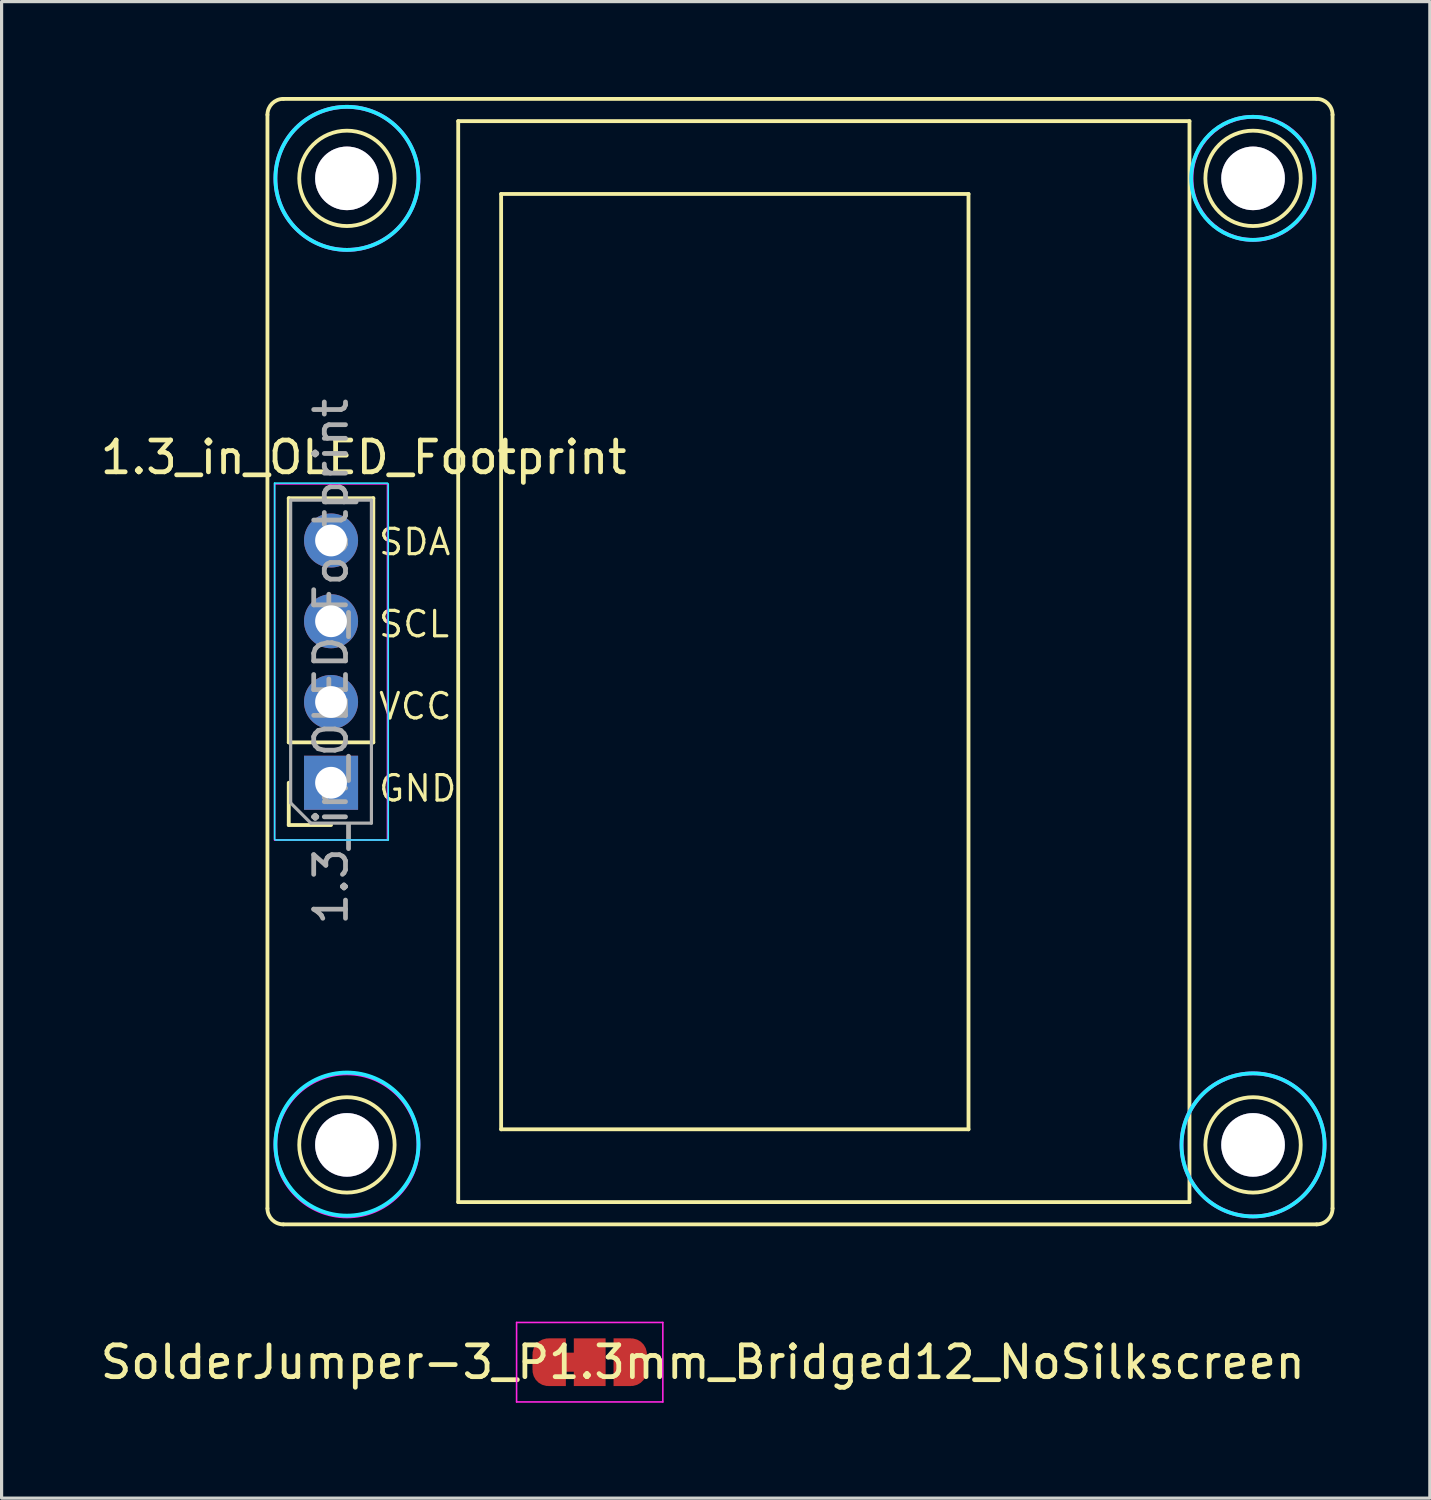
<source format=kicad_pcb>
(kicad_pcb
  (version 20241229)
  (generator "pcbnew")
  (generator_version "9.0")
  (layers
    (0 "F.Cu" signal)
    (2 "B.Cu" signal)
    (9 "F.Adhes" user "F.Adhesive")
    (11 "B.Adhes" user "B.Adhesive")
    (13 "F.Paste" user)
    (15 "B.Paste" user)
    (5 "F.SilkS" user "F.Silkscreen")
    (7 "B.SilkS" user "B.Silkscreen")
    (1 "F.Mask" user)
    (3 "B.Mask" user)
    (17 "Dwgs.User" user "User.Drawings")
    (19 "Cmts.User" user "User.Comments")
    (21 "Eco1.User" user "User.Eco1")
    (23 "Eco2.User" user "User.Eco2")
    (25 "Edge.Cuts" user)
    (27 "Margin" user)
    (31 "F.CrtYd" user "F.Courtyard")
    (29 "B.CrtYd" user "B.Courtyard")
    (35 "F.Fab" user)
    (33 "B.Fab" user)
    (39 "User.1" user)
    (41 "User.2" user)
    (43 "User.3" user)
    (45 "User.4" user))
  (footprint "SolderJumper-3_P1.3mm_Bridged12_NoSilkscreen"
    (layer "F.Cu")
    (at 15.498 39.795)
    (property "Reference" "SolderJumper-3_P1.3mm_Bridged12_NoSilkscreen" (at 3.556 0 0) (layer "F.SilkS") (effects (font (size 1 1) (thickness 0.15))))
    (attr exclude_from_pos_files exclude_from_bom)
    (fp_poly (pts (xy -0.9 -0.3) (xy -0.4 -0.3) (xy -0.4 0.3) (xy -0.9 0.3)) (stroke (width 0) (type solid)) (fill yes) (layer "F.Cu"))
    (fp_line (start -2.3 -1.25) (end -2.3 1.25) (stroke (width 0.05) (type solid)) (layer "F.CrtYd"))
    (fp_line (start -2.3 -1.25) (end 2.3 -1.25) (stroke (width 0.05) (type solid)) (layer "F.CrtYd"))
    (fp_line (start 2.3 1.25) (end -2.3 1.25) (stroke (width 0.05) (type solid)) (layer "F.CrtYd"))
    (fp_line (start 2.3 1.25) (end 2.3 -1.25) (stroke (width 0.05) (type solid)) (layer "F.CrtYd"))
    (pad "1" smd custom (at -1.3 0) (size 1 0.5) (layers "F.Cu" "F.Mask") (options (anchor rect)) (primitives (gr_circle (center 0 0.25) (end 0.5 0.25) (width 0) (fill yes)) (gr_circle (center 0 -0.25) (end 0.5 -0.25) (width 0) (fill yes)) (gr_poly (pts (xy 0.55 -0.75) (xy 0 -0.75) (xy 0 0.75) (xy 0.55 0.75)) (width 0) (fill yes))))
    (pad "2" smd rect (at 0 0) (size 1 1.5) (layers "F.Cu" "F.Mask"))
    (pad "3" smd custom (at 1.3 0) (size 1 0.5) (layers "F.Cu" "F.Mask") (options (anchor rect)) (primitives (gr_circle (center 0 0.25) (end 0.5 0.25) (width 0) (fill yes)) (gr_circle (center 0 -0.25) (end 0.5 -0.25) (width 0) (fill yes)) (gr_poly (pts (xy -0.55 -0.75) (xy 0 -0.75) (xy 0 0.75) (xy -0.55 0.75)) (width 0) (fill yes)))))
  (footprint "1.3_in_OLED_Footprint"
    (layer "F.Cu")
    (at 7.362 17.76)
    (property "Reference" "1.3_in_OLED_Footprint" (at 1.025 -6.425 0) (layer "F.SilkS") (effects (font (size 1 1) (thickness 0.15))))
    (attr through_hole)
    (fp_line (start -2 17.2) (end -2 -17.2) (stroke (width 0.12) (type solid)) (layer "F.SilkS"))
    (fp_line (start -1.5 -17.7) (end 31 -17.7) (stroke (width 0.12) (type solid)) (layer "F.SilkS"))
    (fp_line (start -1.5 17.7) (end 31 17.7) (stroke (width 0.12) (type solid)) (layer "F.SilkS"))
    (fp_line (start -1.33 2.54) (end -1.33 -5.14) (stroke (width 0.12) (type solid)) (layer "F.SilkS"))
    (fp_line (start -1.33 5.14) (end -1.33 3.81) (stroke (width 0.12) (type solid)) (layer "F.SilkS"))
    (fp_line (start 0 5.14) (end -1.33 5.14) (stroke (width 0.12) (type solid)) (layer "F.SilkS"))
    (fp_line (start 1.33 -5.14) (end -1.33 -5.14) (stroke (width 0.12) (type solid)) (layer "F.SilkS"))
    (fp_line (start 1.33 2.54) (end -1.33 2.54) (stroke (width 0.12) (type solid)) (layer "F.SilkS"))
    (fp_line (start 1.33 2.54) (end 1.33 -5.14) (stroke (width 0.12) (type solid)) (layer "F.SilkS"))
    (fp_line (start 4 -17) (end 27 -17) (stroke (width 0.12) (type solid)) (layer "F.SilkS"))
    (fp_line (start 4 17) (end 4 -17) (stroke (width 0.12) (type solid)) (layer "F.SilkS"))
    (fp_line (start 5.35 -14.71) (end 20.05 -14.71) (stroke (width 0.12) (type solid)) (layer "F.SilkS"))
    (fp_line (start 5.35 14.71) (end 5.35 -14.71) (stroke (width 0.12) (type solid)) (layer "F.SilkS"))
    (fp_line (start 20.05 -14.71) (end 20.05 14.71) (stroke (width 0.12) (type solid)) (layer "F.SilkS"))
    (fp_line (start 20.05 14.71) (end 5.35 14.71) (stroke (width 0.12) (type solid)) (layer "F.SilkS"))
    (fp_line (start 27 -17) (end 27 17) (stroke (width 0.12) (type solid)) (layer "F.SilkS"))
    (fp_line (start 27 17) (end 4 17) (stroke (width 0.12) (type solid)) (layer "F.SilkS"))
    (fp_line (start 31.5 17.2) (end 31.5 -17.2) (stroke (width 0.12) (type solid)) (layer "F.SilkS"))
    (fp_arc (start -2 -17.2) (mid -1.853553 -17.553553) (end -1.5 -17.7) (stroke (width 0.12) (type solid)) (layer "F.SilkS"))
    (fp_arc (start -1.5 17.7) (mid -1.853553 17.553553) (end -2 17.2) (stroke (width 0.12) (type solid)) (layer "F.SilkS"))
    (fp_arc (start 31 -17.7) (mid 31.353553 -17.553553) (end 31.5 -17.2) (stroke (width 0.12) (type solid)) (layer "F.SilkS"))
    (fp_arc (start 31.5 17.2) (mid 31.353553 17.553553) (end 31 17.7) (stroke (width 0.12) (type solid)) (layer "F.SilkS"))
    (fp_circle (center 0.5 -15.2) (end 2 -15.2) (stroke (width 0.12) (type solid)) (fill no) (layer "F.SilkS"))
    (fp_circle (center 0.5 15.2) (end 2 15.2) (stroke (width 0.12) (type solid)) (fill no) (layer "F.SilkS"))
    (fp_circle (center 29 -15.2) (end 30.5 -15.2) (stroke (width 0.12) (type solid)) (fill no) (layer "F.SilkS"))
    (fp_circle (center 29 15.2) (end 30.5 15.2) (stroke (width 0.12) (type solid)) (fill no) (layer "F.SilkS"))
    (fp_line (start -1.775 -5.615) (end 1.775 -5.615) (stroke (width 0.05) (type solid)) (layer "B.CrtYd"))
    (fp_line (start -1.775 5.585) (end -1.775 -5.615) (stroke (width 0.05) (type solid)) (layer "B.CrtYd"))
    (fp_line (start 1.8 -5.59) (end 1.8 5.61) (stroke (width 0.05) (type solid)) (layer "B.CrtYd"))
    (fp_line (start 1.8 5.61) (end -1.75 5.61) (stroke (width 0.05) (type solid)) (layer "B.CrtYd"))
    (fp_circle (center 0.5 -15.2) (end 2.75 -15.2) (stroke (width 0.12) (type solid)) (fill no) (layer "B.CrtYd"))
    (fp_circle (center 0.5 15.175) (end 2.75 15.175) (stroke (width 0.12) (type solid)) (fill no) (layer "B.CrtYd"))
    (fp_circle (center 28.99 -15.2) (end 30.925 -15.2) (stroke (width 0.12) (type solid)) (fill no) (layer "B.CrtYd"))
    (fp_circle (center 29 15.2) (end 31.25 15.2) (stroke (width 0.12) (type solid)) (fill no) (layer "B.CrtYd"))
    (fp_line (start -1.775 -5.59) (end 1.775 -5.59) (stroke (width 0.05) (type solid)) (layer "F.CrtYd"))
    (fp_line (start -1.775 5.61) (end -1.775 -5.59) (stroke (width 0.05) (type solid)) (layer "F.CrtYd"))
    (fp_line (start 1.775 -5.59) (end 1.775 5.61) (stroke (width 0.05) (type solid)) (layer "F.CrtYd"))
    (fp_line (start 1.775 5.61) (end -1.775 5.61) (stroke (width 0.05) (type solid)) (layer "F.CrtYd"))
    (fp_circle (center 0.5 -15.2) (end 2.75 -15.2) (stroke (width 0.12) (type solid)) (fill no) (layer "F.CrtYd"))
    (fp_circle (center 0.5 15.2) (end 2.75 15.2) (stroke (width 0.12) (type solid)) (fill no) (layer "F.CrtYd"))
    (fp_circle (center 29 -15.2) (end 30.935 -15.2) (stroke (width 0.12) (type solid)) (fill no) (layer "F.CrtYd"))
    (fp_circle (center 29 15.2) (end 31.25 15.2) (stroke (width 0.12) (type solid)) (fill no) (layer "F.CrtYd"))
    (fp_line (start -1.27 -5.08) (end 1.27 -5.08) (stroke (width 0.1) (type solid)) (layer "F.Fab"))
    (fp_line (start -1.27 4.445) (end -1.27 -5.08) (stroke (width 0.1) (type solid)) (layer "F.Fab"))
    (fp_line (start -0.635 5.08) (end -1.27 4.445) (stroke (width 0.1) (type solid)) (layer "F.Fab"))
    (fp_line (start 1.27 -5.08) (end 1.27 5.08) (stroke (width 0.1) (type solid)) (layer "F.Fab"))
    (fp_line (start 1.27 5.08) (end -0.635 5.08) (stroke (width 0.1) (type solid)) (layer "F.Fab"))
    (fp_text user "GND" (at 2.726 3.987 0) (layer "F.SilkS") (effects (font (size 0.8 0.8) (thickness 0.1))))
    (fp_text user "SCL" (at 2.611 -1.178 0) (layer "F.SilkS") (effects (font (size 0.8 0.8) (thickness 0.1))))
    (fp_text user "VCC" (at 2.65 1.405 0) (layer "F.SilkS") (effects (font (size 0.8 0.8) (thickness 0.1))))
    (fp_text user "SDA" (at 2.631 -3.76 0) (layer "F.SilkS") (effects (font (size 0.8 0.8) (thickness 0.1))))
    (fp_text user "${REFERENCE}" (at 0 0 90) (layer "F.Fab") (effects (font (size 1 1) (thickness 0.15))))
    (pad "1" thru_hole rect (at 0 3.81 180) (size 1.7 1.7) (drill 1) (layers "*.Cu" "*.Mask"))
    (pad "2" thru_hole oval (at 0 1.27 180) (size 1.7 1.7) (drill 1) (layers "*.Cu" "*.Mask"))
    (pad "3" thru_hole oval (at 0 -1.27 180) (size 1.7 1.7) (drill 1) (layers "*.Cu" "*.Mask"))
    (pad "4" thru_hole oval (at 0 -3.81 180) (size 1.7 1.7) (drill 1) (layers "*.Cu" "*.Mask"))
    (pad "5" thru_hole circle (at 0.5 -15.2) (size 2 2) (drill 2) (layers "*.Cu" "*.Mask"))
    (pad "5" thru_hole circle (at 0.5 15.2) (size 2 2) (drill 2) (layers "*.Cu" "*.Mask"))
    (pad "5" thru_hole circle (at 29 -15.2) (size 2 2) (drill 2) (layers "*.Cu" "*.Mask"))
    (pad "5" thru_hole circle (at 29 15.2) (size 2 2) (drill 2) (layers "*.Cu" "*.Mask")))
  (gr_rect
    (start -3 -3)
    (end 41.922 44.07)
    (stroke (width 0.1) (type default))
    (fill no)
    (layer "Edge.Cuts")))
</source>
